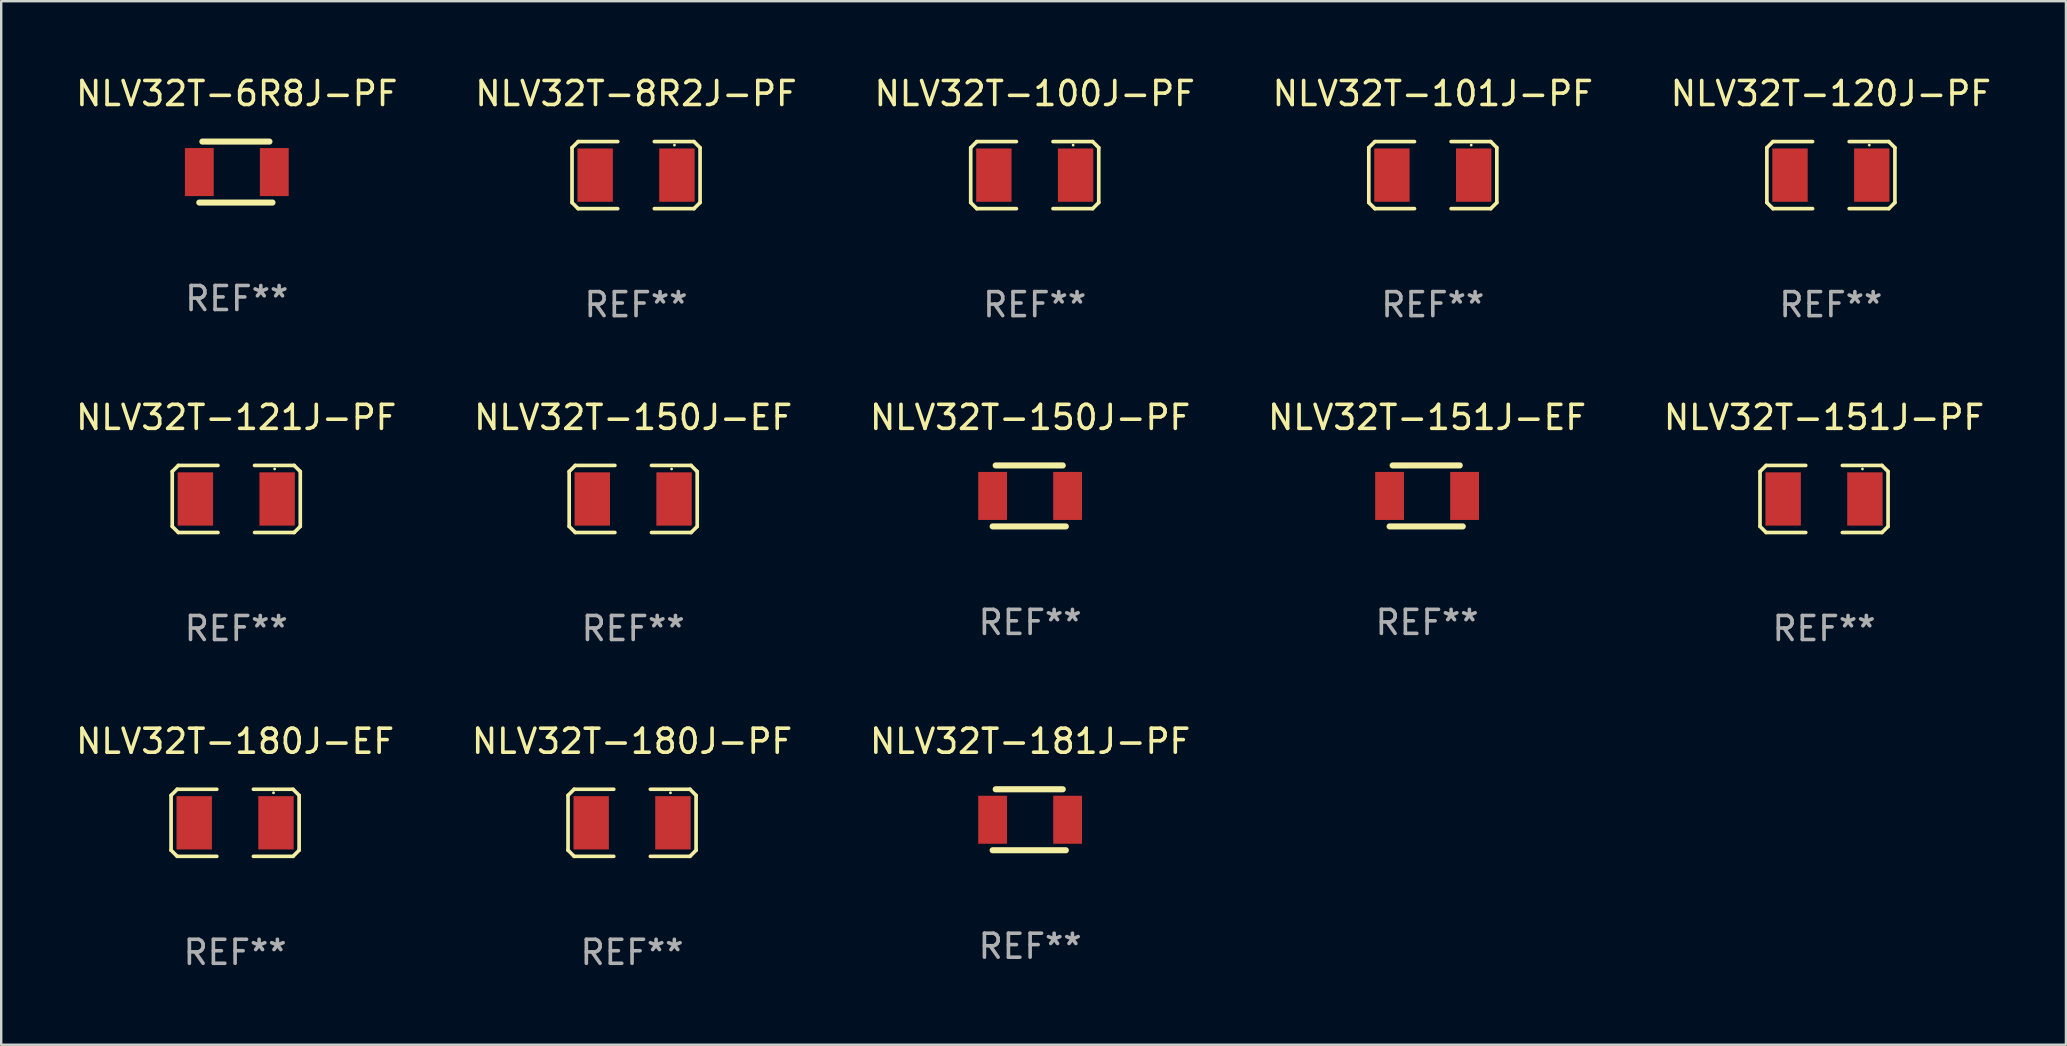
<source format=kicad_pcb>
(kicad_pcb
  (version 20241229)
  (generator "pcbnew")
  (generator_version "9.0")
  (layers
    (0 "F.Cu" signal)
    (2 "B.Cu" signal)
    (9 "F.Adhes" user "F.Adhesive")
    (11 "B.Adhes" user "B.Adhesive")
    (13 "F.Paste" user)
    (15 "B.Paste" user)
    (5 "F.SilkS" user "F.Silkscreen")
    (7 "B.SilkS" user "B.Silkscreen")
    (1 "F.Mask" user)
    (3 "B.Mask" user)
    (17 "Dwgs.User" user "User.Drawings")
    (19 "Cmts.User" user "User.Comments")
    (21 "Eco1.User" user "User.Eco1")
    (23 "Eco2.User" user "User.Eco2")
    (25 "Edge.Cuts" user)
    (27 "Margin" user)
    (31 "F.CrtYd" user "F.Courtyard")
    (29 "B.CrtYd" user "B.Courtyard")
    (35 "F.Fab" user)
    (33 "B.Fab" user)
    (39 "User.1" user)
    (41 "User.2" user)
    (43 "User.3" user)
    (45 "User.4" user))
  (footprint "NLV32T-151J-EF"
    (layer "F.Cu")
    (at 56.399 17.609)
    (property "Reference" "NLV32T-151J-EF" (at 0 -3.27 0) (layer "F.SilkS") (effects (font (size 1 1) (thickness 0.15))))
    (attr through_hole)
    (fp_line (start -1.562 1.27) (end 1.486 1.27) (stroke (width 0.254) (type solid)) (layer "F.SilkS"))
    (fp_line (start -1.435 -1.27) (end 1.359 -1.27) (stroke (width 0.254) (type solid)) (layer "F.SilkS"))
    (fp_circle (center -1.6 1.25) (end -1.57 1.25) (stroke (width 0.06) (type solid)) (fill no) (layer "F.SilkS"))
    (fp_text user "REF**" (at 0 5.27 0) (layer "F.Fab") (effects (font (size 1 1) (thickness 0.15))))
    (pad "1" smd rect (at -1.562 0 180) (size 1.2 2) (layers "F.Cu" "F.Mask" "F.Paste"))
    (pad "2" smd rect (at 1.562 0 180) (size 1.2 2) (layers "F.Cu" "F.Mask" "F.Paste")))
  (footprint "NLV32T-121J-PF"
    (layer "F.Cu")
    (at 6.792 17.736)
    (property "Reference" "NLV32T-121J-PF" (at 0 -3.397 0) (layer "F.SilkS") (effects (font (size 1 1) (thickness 0.15))))
    (attr through_hole)
    (fp_line (start -2.667 -1.143) (end -2.413 -1.397) (stroke (width 0.152) (type solid)) (layer "F.SilkS"))
    (fp_line (start -2.667 1.143) (end -2.667 -1.143) (stroke (width 0.152) (type solid)) (layer "F.SilkS"))
    (fp_line (start -2.413 -1.397) (end -0.762 -1.397) (stroke (width 0.152) (type solid)) (layer "F.SilkS"))
    (fp_line (start -2.413 1.397) (end -2.667 1.143) (stroke (width 0.152) (type solid)) (layer "F.SilkS"))
    (fp_line (start -0.762 1.397) (end -2.413 1.397) (stroke (width 0.152) (type solid)) (layer "F.SilkS"))
    (fp_line (start 0.762 -1.397) (end 2.413 -1.397) (stroke (width 0.152) (type solid)) (layer "F.SilkS"))
    (fp_line (start 2.413 -1.397) (end 2.667 -1.143) (stroke (width 0.152) (type solid)) (layer "F.SilkS"))
    (fp_line (start 2.413 1.397) (end 0.762 1.397) (stroke (width 0.152) (type solid)) (layer "F.SilkS"))
    (fp_line (start 2.667 -1.143) (end 2.667 1.143) (stroke (width 0.152) (type solid)) (layer "F.SilkS"))
    (fp_line (start 2.667 1.143) (end 2.413 1.397) (stroke (width 0.152) (type solid)) (layer "F.SilkS"))
    (fp_circle (center 1.6 -1.25) (end 1.63 -1.25) (stroke (width 0.06) (type solid)) (fill no) (layer "F.SilkS"))
    (fp_text user "REF**" (at 0 5.397 0) (layer "F.Fab") (effects (font (size 1 1) (thickness 0.15))))
    (pad "1" smd rect (at 1.703 0) (size 1.474 2.22) (layers "F.Cu" "F.Mask" "F.Paste"))
    (pad "2" smd rect (at -1.703 0) (size 1.474 2.22) (layers "F.Cu" "F.Mask" "F.Paste")))
  (footprint "NLV32T-150J-EF"
    (layer "F.Cu")
    (at 23.327 17.736)
    (property "Reference" "NLV32T-150J-EF" (at 0 -3.397 0) (layer "F.SilkS") (effects (font (size 1 1) (thickness 0.15))))
    (attr through_hole)
    (fp_line (start -2.667 -1.143) (end -2.413 -1.397) (stroke (width 0.152) (type solid)) (layer "F.SilkS"))
    (fp_line (start -2.667 1.143) (end -2.667 -1.143) (stroke (width 0.152) (type solid)) (layer "F.SilkS"))
    (fp_line (start -2.413 -1.397) (end -0.762 -1.397) (stroke (width 0.152) (type solid)) (layer "F.SilkS"))
    (fp_line (start -2.413 1.397) (end -2.667 1.143) (stroke (width 0.152) (type solid)) (layer "F.SilkS"))
    (fp_line (start -0.762 1.397) (end -2.413 1.397) (stroke (width 0.152) (type solid)) (layer "F.SilkS"))
    (fp_line (start 0.762 -1.397) (end 2.413 -1.397) (stroke (width 0.152) (type solid)) (layer "F.SilkS"))
    (fp_line (start 2.413 -1.397) (end 2.667 -1.143) (stroke (width 0.152) (type solid)) (layer "F.SilkS"))
    (fp_line (start 2.413 1.397) (end 0.762 1.397) (stroke (width 0.152) (type solid)) (layer "F.SilkS"))
    (fp_line (start 2.667 -1.143) (end 2.667 1.143) (stroke (width 0.152) (type solid)) (layer "F.SilkS"))
    (fp_line (start 2.667 1.143) (end 2.413 1.397) (stroke (width 0.152) (type solid)) (layer "F.SilkS"))
    (fp_circle (center 1.6 -1.25) (end 1.63 -1.25) (stroke (width 0.06) (type solid)) (fill no) (layer "F.SilkS"))
    (fp_text user "REF**" (at 0 5.397 0) (layer "F.Fab") (effects (font (size 1 1) (thickness 0.15))))
    (pad "1" smd rect (at 1.703 0) (size 1.474 2.22) (layers "F.Cu" "F.Mask" "F.Paste"))
    (pad "2" smd rect (at -1.703 0) (size 1.474 2.22) (layers "F.Cu" "F.Mask" "F.Paste")))
  (footprint "NLV32T-181J-PF"
    (layer "F.Cu")
    (at 39.863 31.099)
    (property "Reference" "NLV32T-181J-PF" (at 0 -3.27 0) (layer "F.SilkS") (effects (font (size 1 1) (thickness 0.15))))
    (attr through_hole)
    (fp_line (start -1.562 1.27) (end 1.486 1.27) (stroke (width 0.254) (type solid)) (layer "F.SilkS"))
    (fp_line (start -1.435 -1.27) (end 1.359 -1.27) (stroke (width 0.254) (type solid)) (layer "F.SilkS"))
    (fp_circle (center -1.6 1.25) (end -1.57 1.25) (stroke (width 0.06) (type solid)) (fill no) (layer "F.SilkS"))
    (fp_text user "REF**" (at 0 5.27 0) (layer "F.Fab") (effects (font (size 1 1) (thickness 0.15))))
    (pad "1" smd rect (at -1.562 0 180) (size 1.2 2) (layers "F.Cu" "F.Mask" "F.Paste"))
    (pad "2" smd rect (at 1.562 0 180) (size 1.2 2) (layers "F.Cu" "F.Mask" "F.Paste")))
  (footprint "NLV32T-100J-PF"
    (layer "F.Cu")
    (at 40.054 4.245)
    (property "Reference" "NLV32T-100J-PF" (at 0 -3.397 0) (layer "F.SilkS") (effects (font (size 1 1) (thickness 0.15))))
    (attr through_hole)
    (fp_line (start -2.667 -1.143) (end -2.413 -1.397) (stroke (width 0.152) (type solid)) (layer "F.SilkS"))
    (fp_line (start -2.667 1.143) (end -2.667 -1.143) (stroke (width 0.152) (type solid)) (layer "F.SilkS"))
    (fp_line (start -2.413 -1.397) (end -0.762 -1.397) (stroke (width 0.152) (type solid)) (layer "F.SilkS"))
    (fp_line (start -2.413 1.397) (end -2.667 1.143) (stroke (width 0.152) (type solid)) (layer "F.SilkS"))
    (fp_line (start -0.762 1.397) (end -2.413 1.397) (stroke (width 0.152) (type solid)) (layer "F.SilkS"))
    (fp_line (start 0.762 -1.397) (end 2.413 -1.397) (stroke (width 0.152) (type solid)) (layer "F.SilkS"))
    (fp_line (start 2.413 -1.397) (end 2.667 -1.143) (stroke (width 0.152) (type solid)) (layer "F.SilkS"))
    (fp_line (start 2.413 1.397) (end 0.762 1.397) (stroke (width 0.152) (type solid)) (layer "F.SilkS"))
    (fp_line (start 2.667 -1.143) (end 2.667 1.143) (stroke (width 0.152) (type solid)) (layer "F.SilkS"))
    (fp_line (start 2.667 1.143) (end 2.413 1.397) (stroke (width 0.152) (type solid)) (layer "F.SilkS"))
    (fp_circle (center 1.6 -1.25) (end 1.63 -1.25) (stroke (width 0.06) (type solid)) (fill no) (layer "F.SilkS"))
    (fp_text user "REF**" (at 0 5.397 0) (layer "F.Fab") (effects (font (size 1 1) (thickness 0.15))))
    (pad "1" smd rect (at 1.703 0) (size 1.474 2.22) (layers "F.Cu" "F.Mask" "F.Paste"))
    (pad "2" smd rect (at -1.703 0) (size 1.474 2.22) (layers "F.Cu" "F.Mask" "F.Paste")))
  (footprint "NLV32T-8R2J-PF"
    (layer "F.Cu")
    (at 23.446 4.245)
    (property "Reference" "NLV32T-8R2J-PF" (at 0 -3.397 0) (layer "F.SilkS") (effects (font (size 1 1) (thickness 0.15))))
    (attr through_hole)
    (fp_line (start -2.667 -1.143) (end -2.413 -1.397) (stroke (width 0.152) (type solid)) (layer "F.SilkS"))
    (fp_line (start -2.667 1.143) (end -2.667 -1.143) (stroke (width 0.152) (type solid)) (layer "F.SilkS"))
    (fp_line (start -2.413 -1.397) (end -0.762 -1.397) (stroke (width 0.152) (type solid)) (layer "F.SilkS"))
    (fp_line (start -2.413 1.397) (end -2.667 1.143) (stroke (width 0.152) (type solid)) (layer "F.SilkS"))
    (fp_line (start -0.762 1.397) (end -2.413 1.397) (stroke (width 0.152) (type solid)) (layer "F.SilkS"))
    (fp_line (start 0.762 -1.397) (end 2.413 -1.397) (stroke (width 0.152) (type solid)) (layer "F.SilkS"))
    (fp_line (start 2.413 -1.397) (end 2.667 -1.143) (stroke (width 0.152) (type solid)) (layer "F.SilkS"))
    (fp_line (start 2.413 1.397) (end 0.762 1.397) (stroke (width 0.152) (type solid)) (layer "F.SilkS"))
    (fp_line (start 2.667 -1.143) (end 2.667 1.143) (stroke (width 0.152) (type solid)) (layer "F.SilkS"))
    (fp_line (start 2.667 1.143) (end 2.413 1.397) (stroke (width 0.152) (type solid)) (layer "F.SilkS"))
    (fp_circle (center 1.6 -1.25) (end 1.63 -1.25) (stroke (width 0.06) (type solid)) (fill no) (layer "F.SilkS"))
    (fp_text user "REF**" (at 0 5.397 0) (layer "F.Fab") (effects (font (size 1 1) (thickness 0.15))))
    (pad "1" smd rect (at 1.703 0) (size 1.474 2.22) (layers "F.Cu" "F.Mask" "F.Paste"))
    (pad "2" smd rect (at -1.703 0) (size 1.474 2.22) (layers "F.Cu" "F.Mask" "F.Paste")))
  (footprint "NLV32T-101J-PF"
    (layer "F.Cu")
    (at 56.637 4.245)
    (property "Reference" "NLV32T-101J-PF" (at 0 -3.397 0) (layer "F.SilkS") (effects (font (size 1 1) (thickness 0.15))))
    (attr through_hole)
    (fp_line (start -2.667 -1.143) (end -2.413 -1.397) (stroke (width 0.152) (type solid)) (layer "F.SilkS"))
    (fp_line (start -2.667 1.143) (end -2.667 -1.143) (stroke (width 0.152) (type solid)) (layer "F.SilkS"))
    (fp_line (start -2.413 -1.397) (end -0.762 -1.397) (stroke (width 0.152) (type solid)) (layer "F.SilkS"))
    (fp_line (start -2.413 1.397) (end -2.667 1.143) (stroke (width 0.152) (type solid)) (layer "F.SilkS"))
    (fp_line (start -0.762 1.397) (end -2.413 1.397) (stroke (width 0.152) (type solid)) (layer "F.SilkS"))
    (fp_line (start 0.762 -1.397) (end 2.413 -1.397) (stroke (width 0.152) (type solid)) (layer "F.SilkS"))
    (fp_line (start 2.413 -1.397) (end 2.667 -1.143) (stroke (width 0.152) (type solid)) (layer "F.SilkS"))
    (fp_line (start 2.413 1.397) (end 0.762 1.397) (stroke (width 0.152) (type solid)) (layer "F.SilkS"))
    (fp_line (start 2.667 -1.143) (end 2.667 1.143) (stroke (width 0.152) (type solid)) (layer "F.SilkS"))
    (fp_line (start 2.667 1.143) (end 2.413 1.397) (stroke (width 0.152) (type solid)) (layer "F.SilkS"))
    (fp_circle (center 1.6 -1.25) (end 1.63 -1.25) (stroke (width 0.06) (type solid)) (fill no) (layer "F.SilkS"))
    (fp_text user "REF**" (at 0 5.397 0) (layer "F.Fab") (effects (font (size 1 1) (thickness 0.15))))
    (pad "1" smd rect (at 1.703 0) (size 1.474 2.22) (layers "F.Cu" "F.Mask" "F.Paste"))
    (pad "2" smd rect (at -1.703 0) (size 1.474 2.22) (layers "F.Cu" "F.Mask" "F.Paste")))
  (footprint "NLV32T-120J-PF"
    (layer "F.Cu")
    (at 73.22 4.245)
    (property "Reference" "NLV32T-120J-PF" (at 0 -3.397 0) (layer "F.SilkS") (effects (font (size 1 1) (thickness 0.15))))
    (attr through_hole)
    (fp_line (start -2.667 -1.143) (end -2.413 -1.397) (stroke (width 0.152) (type solid)) (layer "F.SilkS"))
    (fp_line (start -2.667 1.143) (end -2.667 -1.143) (stroke (width 0.152) (type solid)) (layer "F.SilkS"))
    (fp_line (start -2.413 -1.397) (end -0.762 -1.397) (stroke (width 0.152) (type solid)) (layer "F.SilkS"))
    (fp_line (start -2.413 1.397) (end -2.667 1.143) (stroke (width 0.152) (type solid)) (layer "F.SilkS"))
    (fp_line (start -0.762 1.397) (end -2.413 1.397) (stroke (width 0.152) (type solid)) (layer "F.SilkS"))
    (fp_line (start 0.762 -1.397) (end 2.413 -1.397) (stroke (width 0.152) (type solid)) (layer "F.SilkS"))
    (fp_line (start 2.413 -1.397) (end 2.667 -1.143) (stroke (width 0.152) (type solid)) (layer "F.SilkS"))
    (fp_line (start 2.413 1.397) (end 0.762 1.397) (stroke (width 0.152) (type solid)) (layer "F.SilkS"))
    (fp_line (start 2.667 -1.143) (end 2.667 1.143) (stroke (width 0.152) (type solid)) (layer "F.SilkS"))
    (fp_line (start 2.667 1.143) (end 2.413 1.397) (stroke (width 0.152) (type solid)) (layer "F.SilkS"))
    (fp_circle (center 1.6 -1.25) (end 1.63 -1.25) (stroke (width 0.06) (type solid)) (fill no) (layer "F.SilkS"))
    (fp_text user "REF**" (at 0 5.397 0) (layer "F.Fab") (effects (font (size 1 1) (thickness 0.15))))
    (pad "1" smd rect (at 1.703 0) (size 1.474 2.22) (layers "F.Cu" "F.Mask" "F.Paste"))
    (pad "2" smd rect (at -1.703 0) (size 1.474 2.22) (layers "F.Cu" "F.Mask" "F.Paste")))
  (footprint "NLV32T-6R8J-PF"
    (layer "F.Cu")
    (at 6.815 4.118)
    (property "Reference" "NLV32T-6R8J-PF" (at 0 -3.27 0) (layer "F.SilkS") (effects (font (size 1 1) (thickness 0.15))))
    (attr through_hole)
    (fp_line (start -1.562 1.27) (end 1.486 1.27) (stroke (width 0.254) (type solid)) (layer "F.SilkS"))
    (fp_line (start -1.435 -1.27) (end 1.359 -1.27) (stroke (width 0.254) (type solid)) (layer "F.SilkS"))
    (fp_circle (center -1.6 1.25) (end -1.57 1.25) (stroke (width 0.06) (type solid)) (fill no) (layer "F.SilkS"))
    (fp_text user "REF**" (at 0 5.27 0) (layer "F.Fab") (effects (font (size 1 1) (thickness 0.15))))
    (pad "1" smd rect (at -1.562 0 180) (size 1.2 2) (layers "F.Cu" "F.Mask" "F.Paste"))
    (pad "2" smd rect (at 1.562 0 180) (size 1.2 2) (layers "F.Cu" "F.Mask" "F.Paste")))
  (footprint "NLV32T-151J-PF"
    (layer "F.Cu")
    (at 72.935 17.736)
    (property "Reference" "NLV32T-151J-PF" (at 0 -3.397 0) (layer "F.SilkS") (effects (font (size 1 1) (thickness 0.15))))
    (attr through_hole)
    (fp_line (start -2.667 -1.143) (end -2.413 -1.397) (stroke (width 0.152) (type solid)) (layer "F.SilkS"))
    (fp_line (start -2.667 1.143) (end -2.667 -1.143) (stroke (width 0.152) (type solid)) (layer "F.SilkS"))
    (fp_line (start -2.413 -1.397) (end -0.762 -1.397) (stroke (width 0.152) (type solid)) (layer "F.SilkS"))
    (fp_line (start -2.413 1.397) (end -2.667 1.143) (stroke (width 0.152) (type solid)) (layer "F.SilkS"))
    (fp_line (start -0.762 1.397) (end -2.413 1.397) (stroke (width 0.152) (type solid)) (layer "F.SilkS"))
    (fp_line (start 0.762 -1.397) (end 2.413 -1.397) (stroke (width 0.152) (type solid)) (layer "F.SilkS"))
    (fp_line (start 2.413 -1.397) (end 2.667 -1.143) (stroke (width 0.152) (type solid)) (layer "F.SilkS"))
    (fp_line (start 2.413 1.397) (end 0.762 1.397) (stroke (width 0.152) (type solid)) (layer "F.SilkS"))
    (fp_line (start 2.667 -1.143) (end 2.667 1.143) (stroke (width 0.152) (type solid)) (layer "F.SilkS"))
    (fp_line (start 2.667 1.143) (end 2.413 1.397) (stroke (width 0.152) (type solid)) (layer "F.SilkS"))
    (fp_circle (center 1.6 -1.25) (end 1.63 -1.25) (stroke (width 0.06) (type solid)) (fill no) (layer "F.SilkS"))
    (fp_text user "REF**" (at 0 5.397 0) (layer "F.Fab") (effects (font (size 1 1) (thickness 0.15))))
    (pad "1" smd rect (at 1.703 0) (size 1.474 2.22) (layers "F.Cu" "F.Mask" "F.Paste"))
    (pad "2" smd rect (at -1.703 0) (size 1.474 2.22) (layers "F.Cu" "F.Mask" "F.Paste")))
  (footprint "NLV32T-180J-EF"
    (layer "F.Cu")
    (at 6.744 31.226)
    (property "Reference" "NLV32T-180J-EF" (at 0 -3.397 0) (layer "F.SilkS") (effects (font (size 1 1) (thickness 0.15))))
    (attr through_hole)
    (fp_line (start -2.667 -1.143) (end -2.413 -1.397) (stroke (width 0.152) (type solid)) (layer "F.SilkS"))
    (fp_line (start -2.667 1.143) (end -2.667 -1.143) (stroke (width 0.152) (type solid)) (layer "F.SilkS"))
    (fp_line (start -2.413 -1.397) (end -0.762 -1.397) (stroke (width 0.152) (type solid)) (layer "F.SilkS"))
    (fp_line (start -2.413 1.397) (end -2.667 1.143) (stroke (width 0.152) (type solid)) (layer "F.SilkS"))
    (fp_line (start -0.762 1.397) (end -2.413 1.397) (stroke (width 0.152) (type solid)) (layer "F.SilkS"))
    (fp_line (start 0.762 -1.397) (end 2.413 -1.397) (stroke (width 0.152) (type solid)) (layer "F.SilkS"))
    (fp_line (start 2.413 -1.397) (end 2.667 -1.143) (stroke (width 0.152) (type solid)) (layer "F.SilkS"))
    (fp_line (start 2.413 1.397) (end 0.762 1.397) (stroke (width 0.152) (type solid)) (layer "F.SilkS"))
    (fp_line (start 2.667 -1.143) (end 2.667 1.143) (stroke (width 0.152) (type solid)) (layer "F.SilkS"))
    (fp_line (start 2.667 1.143) (end 2.413 1.397) (stroke (width 0.152) (type solid)) (layer "F.SilkS"))
    (fp_circle (center 1.6 -1.25) (end 1.63 -1.25) (stroke (width 0.06) (type solid)) (fill no) (layer "F.SilkS"))
    (fp_text user "REF**" (at 0 5.397 0) (layer "F.Fab") (effects (font (size 1 1) (thickness 0.15))))
    (pad "1" smd rect (at 1.703 0) (size 1.474 2.22) (layers "F.Cu" "F.Mask" "F.Paste"))
    (pad "2" smd rect (at -1.703 0) (size 1.474 2.22) (layers "F.Cu" "F.Mask" "F.Paste")))
  (footprint "NLV32T-180J-PF"
    (layer "F.Cu")
    (at 23.28 31.226)
    (property "Reference" "NLV32T-180J-PF" (at 0 -3.397 0) (layer "F.SilkS") (effects (font (size 1 1) (thickness 0.15))))
    (attr through_hole)
    (fp_line (start -2.667 -1.143) (end -2.413 -1.397) (stroke (width 0.152) (type solid)) (layer "F.SilkS"))
    (fp_line (start -2.667 1.143) (end -2.667 -1.143) (stroke (width 0.152) (type solid)) (layer "F.SilkS"))
    (fp_line (start -2.413 -1.397) (end -0.762 -1.397) (stroke (width 0.152) (type solid)) (layer "F.SilkS"))
    (fp_line (start -2.413 1.397) (end -2.667 1.143) (stroke (width 0.152) (type solid)) (layer "F.SilkS"))
    (fp_line (start -0.762 1.397) (end -2.413 1.397) (stroke (width 0.152) (type solid)) (layer "F.SilkS"))
    (fp_line (start 0.762 -1.397) (end 2.413 -1.397) (stroke (width 0.152) (type solid)) (layer "F.SilkS"))
    (fp_line (start 2.413 -1.397) (end 2.667 -1.143) (stroke (width 0.152) (type solid)) (layer "F.SilkS"))
    (fp_line (start 2.413 1.397) (end 0.762 1.397) (stroke (width 0.152) (type solid)) (layer "F.SilkS"))
    (fp_line (start 2.667 -1.143) (end 2.667 1.143) (stroke (width 0.152) (type solid)) (layer "F.SilkS"))
    (fp_line (start 2.667 1.143) (end 2.413 1.397) (stroke (width 0.152) (type solid)) (layer "F.SilkS"))
    (fp_circle (center 1.6 -1.25) (end 1.63 -1.25) (stroke (width 0.06) (type solid)) (fill no) (layer "F.SilkS"))
    (fp_text user "REF**" (at 0 5.397 0) (layer "F.Fab") (effects (font (size 1 1) (thickness 0.15))))
    (pad "1" smd rect (at 1.703 0) (size 1.474 2.22) (layers "F.Cu" "F.Mask" "F.Paste"))
    (pad "2" smd rect (at -1.703 0) (size 1.474 2.22) (layers "F.Cu" "F.Mask" "F.Paste")))
  (footprint "NLV32T-150J-PF"
    (layer "F.Cu")
    (at 39.863 17.609)
    (property "Reference" "NLV32T-150J-PF" (at 0 -3.27 0) (layer "F.SilkS") (effects (font (size 1 1) (thickness 0.15))))
    (attr through_hole)
    (fp_line (start -1.562 1.27) (end 1.486 1.27) (stroke (width 0.254) (type solid)) (layer "F.SilkS"))
    (fp_line (start -1.435 -1.27) (end 1.359 -1.27) (stroke (width 0.254) (type solid)) (layer "F.SilkS"))
    (fp_circle (center -1.6 1.25) (end -1.57 1.25) (stroke (width 0.06) (type solid)) (fill no) (layer "F.SilkS"))
    (fp_text user "REF**" (at 0 5.27 0) (layer "F.Fab") (effects (font (size 1 1) (thickness 0.15))))
    (pad "1" smd rect (at -1.562 0 180) (size 1.2 2) (layers "F.Cu" "F.Mask" "F.Paste"))
    (pad "2" smd rect (at 1.562 0 180) (size 1.2 2) (layers "F.Cu" "F.Mask" "F.Paste")))
  (gr_rect
    (start -3 -3)
    (end 83.012 40.472)
    (stroke (width 0.1) (type default))
    (fill no)
    (layer "Edge.Cuts")))
</source>
